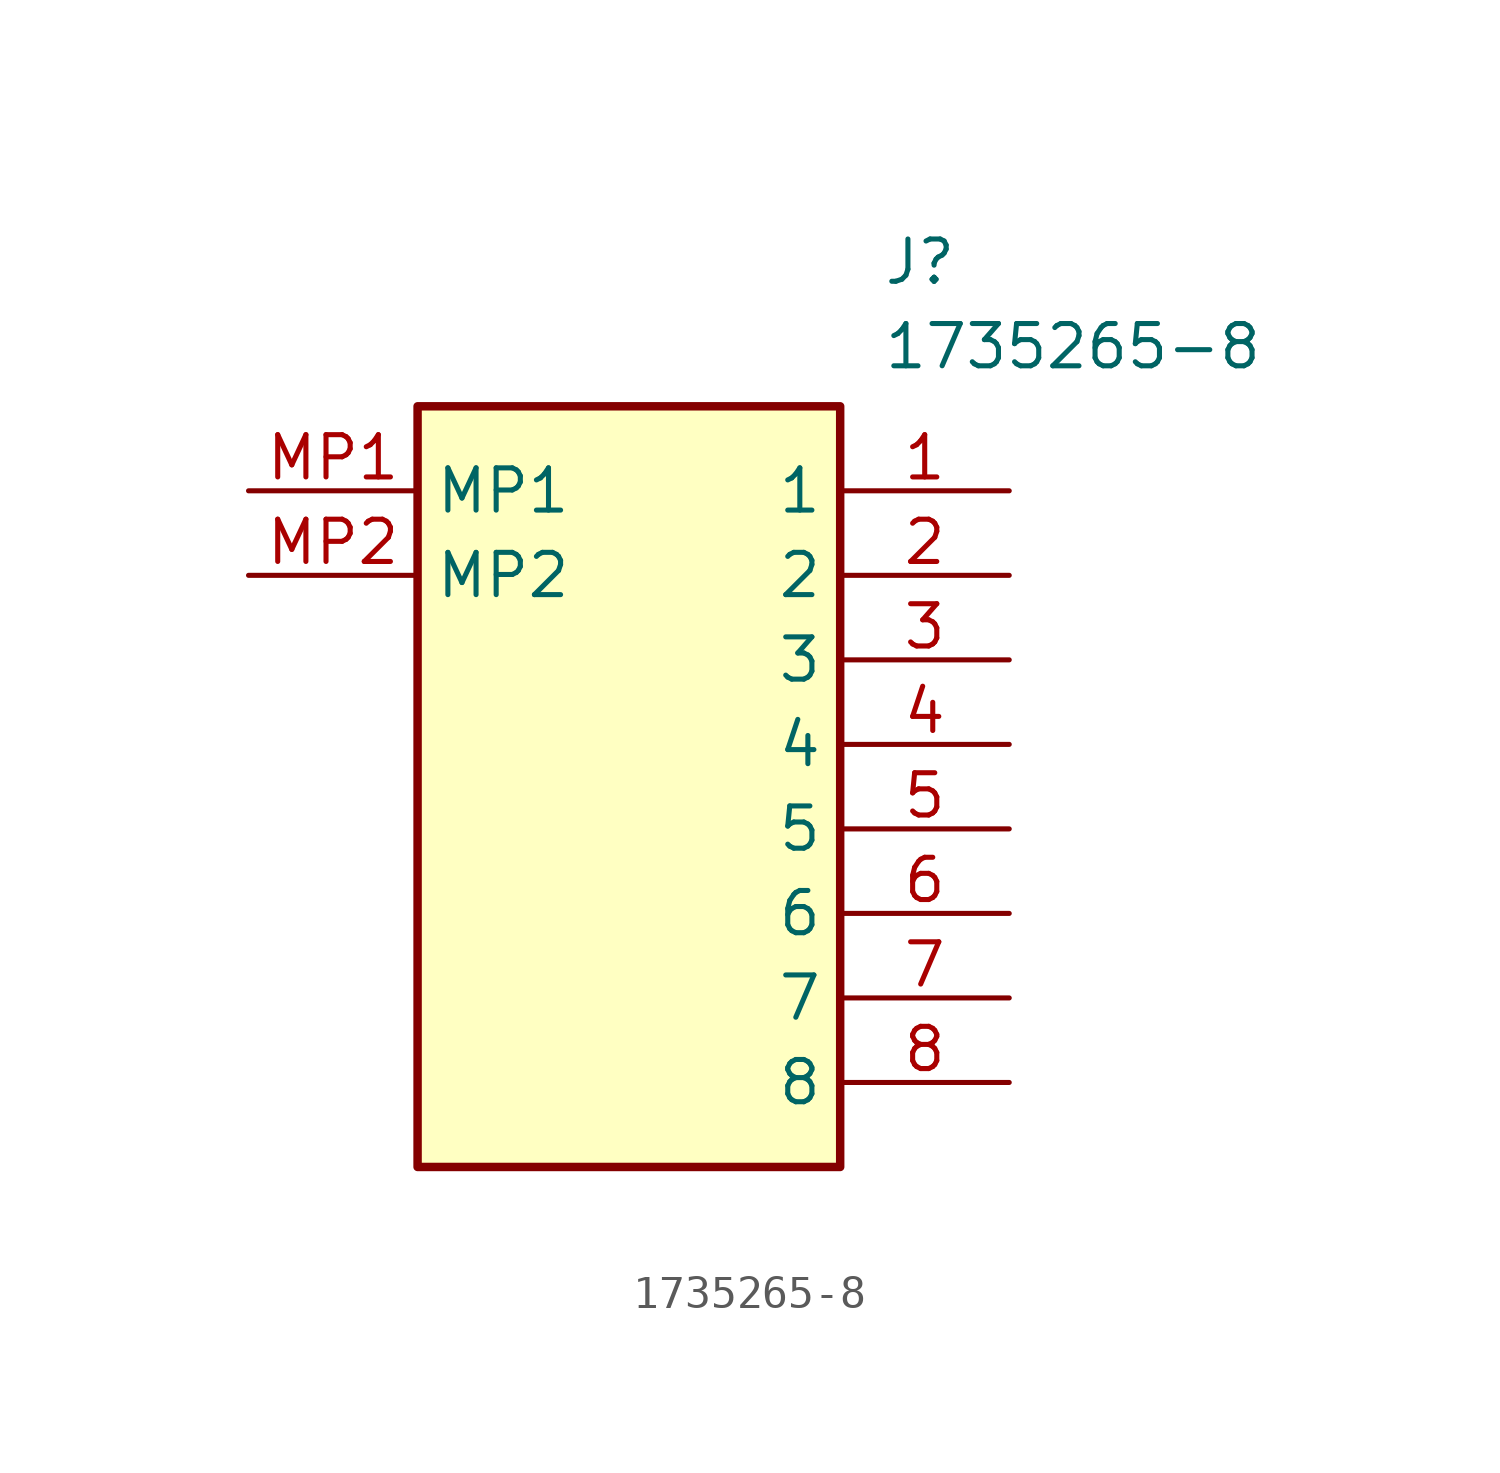
<source format=kicad_sym>
(kicad_symbol_lib
  (version 20211014)
  (generator SamacSys_ECAD_Model)
  (symbol "1735265-8"
    (property "Reference" "J"
      (at 19.05 7.62 0)
      (effects (font (size 1.27 1.27)) (justify left top)))
    (property "Value" "1735265-8"
      (at 19.05 5.08 0)
      (effects (font (size 1.27 1.27)) (justify left top)))
    (rectangle
      (start 5.08 2.54)
      (end 17.78 -20.32)
      (stroke (width 0.254) (type default))
      (fill (type background)))
    (pin passive line
      (at 22.86 0 180)
      (length 5.08)
      (name "1" (effects (font (size 1.27 1.27))))
      (number "1" (effects (font (size 1.27 1.27)))))
    (pin passive line
      (at 22.86 -2.54 180)
      (length 5.08)
      (name "2" (effects (font (size 1.27 1.27))))
      (number "2" (effects (font (size 1.27 1.27)))))
    (pin passive line
      (at 22.86 -5.08 180)
      (length 5.08)
      (name "3" (effects (font (size 1.27 1.27))))
      (number "3" (effects (font (size 1.27 1.27)))))
    (pin passive line
      (at 22.86 -7.62 180)
      (length 5.08)
      (name "4" (effects (font (size 1.27 1.27))))
      (number "4" (effects (font (size 1.27 1.27)))))
    (pin passive line
      (at 22.86 -10.16 180)
      (length 5.08)
      (name "5" (effects (font (size 1.27 1.27))))
      (number "5" (effects (font (size 1.27 1.27)))))
    (pin passive line
      (at 22.86 -12.7 180)
      (length 5.08)
      (name "6" (effects (font (size 1.27 1.27))))
      (number "6" (effects (font (size 1.27 1.27)))))
    (pin passive line
      (at 22.86 -15.24 180)
      (length 5.08)
      (name "7" (effects (font (size 1.27 1.27))))
      (number "7" (effects (font (size 1.27 1.27)))))
    (pin passive line
      (at 22.86 -17.78 180)
      (length 5.08)
      (name "8" (effects (font (size 1.27 1.27))))
      (number "8" (effects (font (size 1.27 1.27)))))
    (pin passive line
      (at 0 0 0)
      (length 5.08)
      (name "MP1" (effects (font (size 1.27 1.27))))
      (number "MP1" (effects (font (size 1.27 1.27)))))
    (pin passive line
      (at 0 -2.54 0)
      (length 5.08)
      (name "MP2" (effects (font (size 1.27 1.27))))
      (number "MP2" (effects (font (size 1.27 1.27)))))))
</source>
